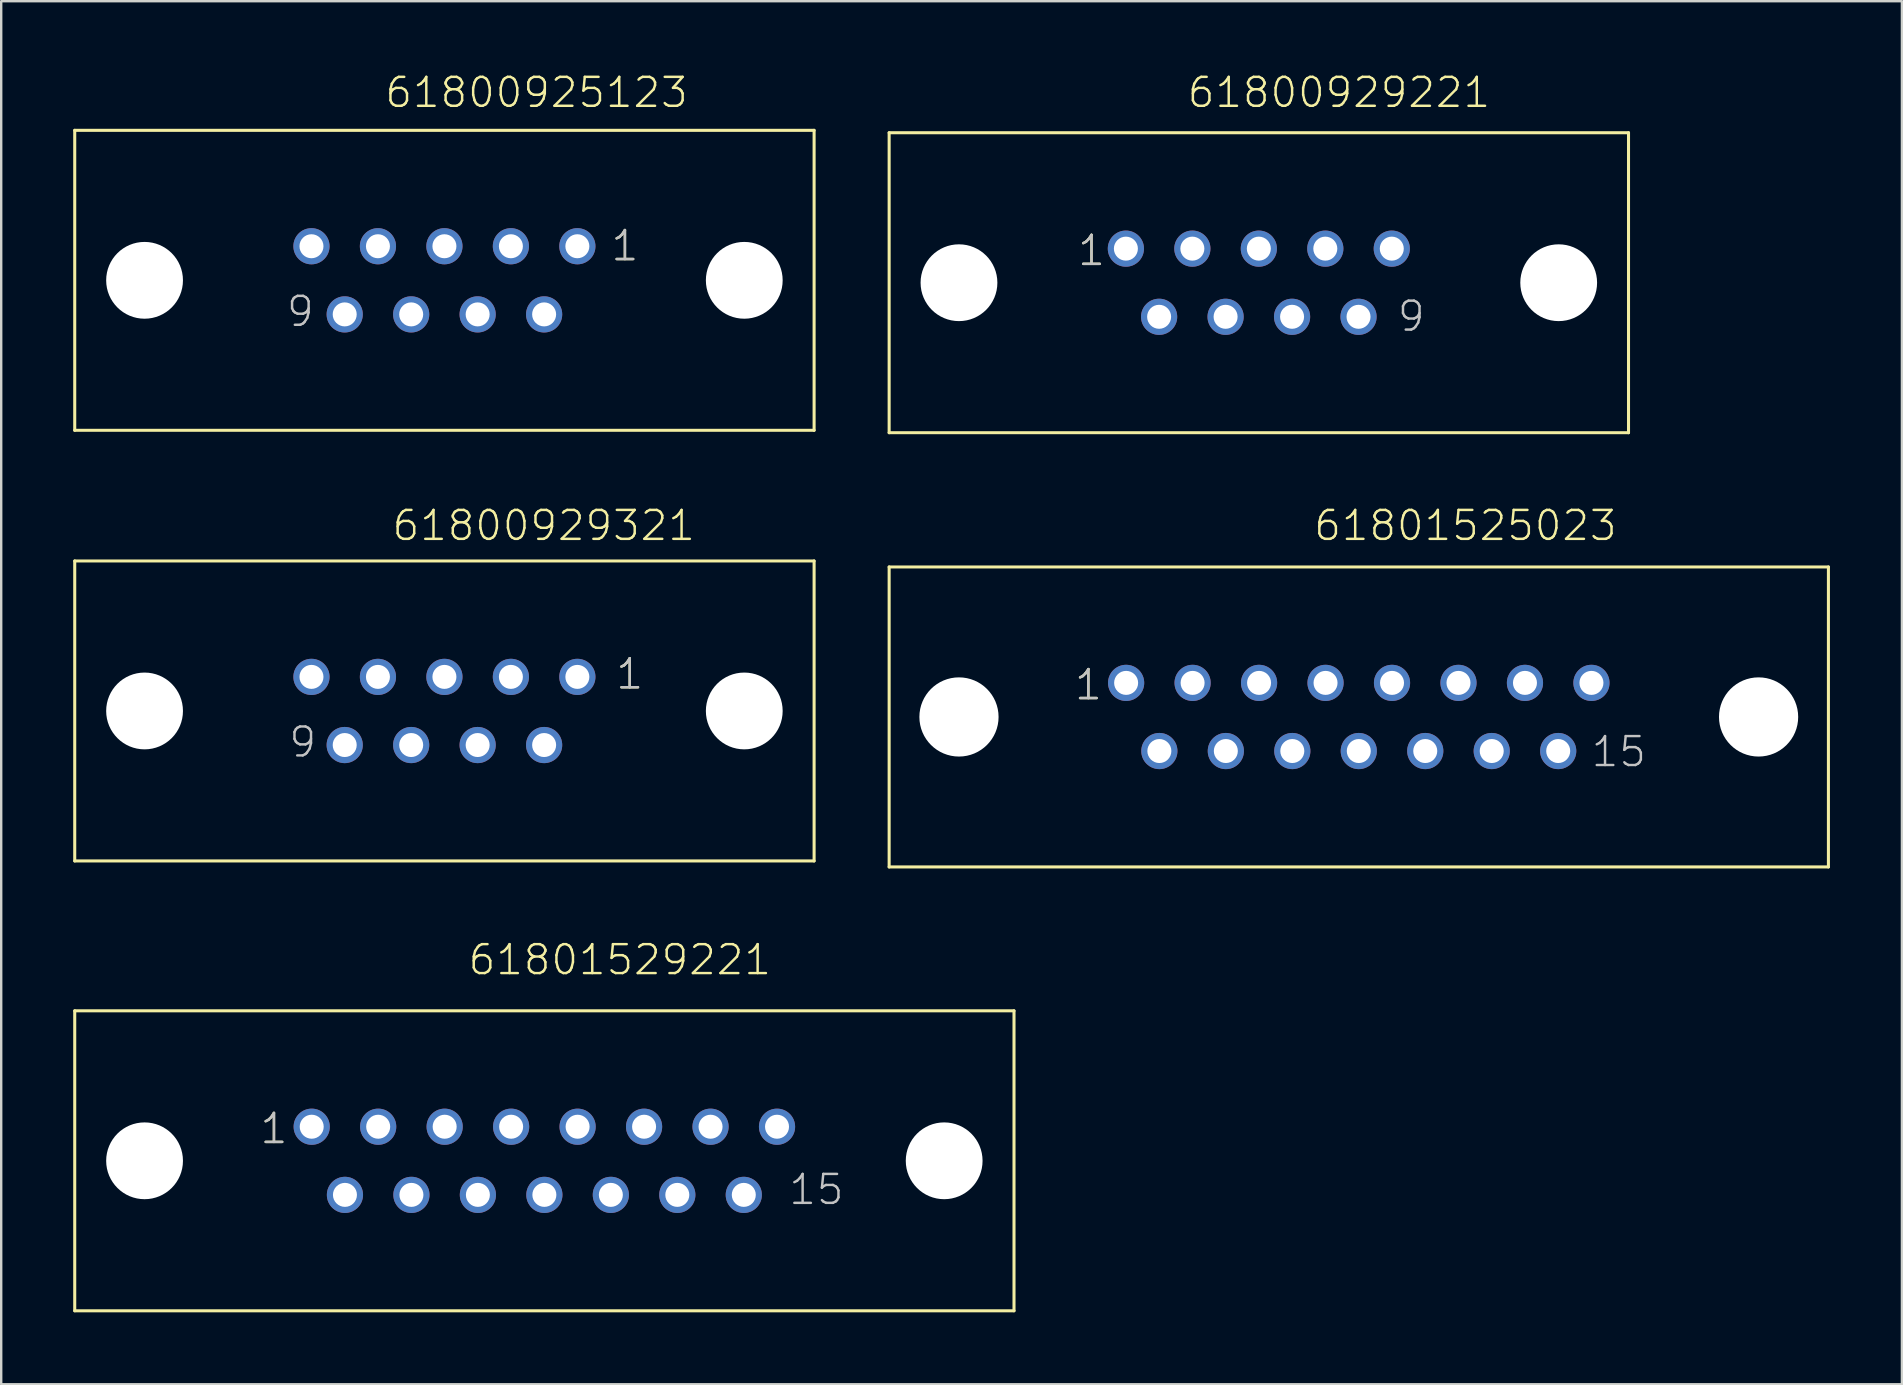
<source format=kicad_pcb>
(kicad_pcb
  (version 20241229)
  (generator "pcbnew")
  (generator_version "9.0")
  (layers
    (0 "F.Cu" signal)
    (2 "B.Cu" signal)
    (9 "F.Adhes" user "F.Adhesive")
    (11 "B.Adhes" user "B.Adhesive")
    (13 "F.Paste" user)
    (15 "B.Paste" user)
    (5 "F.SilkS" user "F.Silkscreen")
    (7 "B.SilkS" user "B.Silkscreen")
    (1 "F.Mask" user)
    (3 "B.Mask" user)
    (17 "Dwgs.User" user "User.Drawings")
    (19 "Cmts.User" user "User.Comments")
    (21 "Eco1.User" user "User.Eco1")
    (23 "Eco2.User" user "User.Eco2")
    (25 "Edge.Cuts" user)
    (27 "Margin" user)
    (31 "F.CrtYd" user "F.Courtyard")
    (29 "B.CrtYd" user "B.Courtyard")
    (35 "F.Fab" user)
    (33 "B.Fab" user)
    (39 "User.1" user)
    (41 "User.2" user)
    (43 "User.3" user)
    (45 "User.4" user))
  (footprint "61800929221"
    (layer "F.Cu")
    (at 49.406 8.731)
    (property "Reference" "61800929221" (at -3.045 -7.22 0) (layer "F.SilkS") (effects (font (size 1.206 1.206) (thickness 0.102)) (justify left bottom)))
    (attr through_hole)
    (fp_line (start -15.405 -6.25) (end 15.405 -6.25) (stroke (width 0.127) (type solid)) (layer "F.SilkS"))
    (fp_line (start -15.405 6.25) (end -15.405 -6.25) (stroke (width 0.127) (type solid)) (layer "F.SilkS"))
    (fp_line (start 15.405 -6.25) (end 15.405 6.25) (stroke (width 0.127) (type solid)) (layer "F.SilkS"))
    (fp_line (start 15.405 6.25) (end -15.405 6.25) (stroke (width 0.127) (type solid)) (layer "F.SilkS"))
    (fp_text user "1" (at -7.615 -0.635 0) (layer "F.SilkS") (effects (font (size 1.206 1.206) (thickness 0.102)) (justify left bottom)))
    (fp_text user "9" (at 5.71 2.105 0) (layer "Dwgs.User") (effects (font (size 1.206 1.206) (thickness 0.102)) (justify left bottom)))
    (fp_text user "1" (at -7.615 -0.635 0) (layer "Dwgs.User") (effects (font (size 1.206 1.206) (thickness 0.102)) (justify left bottom)))
    (pad "" np_thru_hole circle (at -12.495 0) (size 3.2 3.2) (drill 3.2) (layers "*.Cu"))
    (pad "" np_thru_hole circle (at 12.495 0) (size 3.2 3.2) (drill 3.2) (layers "*.Cu"))
    (pad "1" thru_hole circle (at -5.54 -1.42) (size 1.508 1.508) (drill 1) (layers "*.Cu" "*.Mask"))
    (pad "2" thru_hole circle (at -2.77 -1.42) (size 1.508 1.508) (drill 1) (layers "*.Cu" "*.Mask"))
    (pad "3" thru_hole circle (at 0 -1.42) (size 1.508 1.508) (drill 1) (layers "*.Cu" "*.Mask"))
    (pad "4" thru_hole circle (at 2.77 -1.42) (size 1.508 1.508) (drill 1) (layers "*.Cu" "*.Mask"))
    (pad "5" thru_hole circle (at 5.54 -1.42) (size 1.508 1.508) (drill 1) (layers "*.Cu" "*.Mask"))
    (pad "6" thru_hole circle (at -4.155 1.42) (size 1.508 1.508) (drill 1) (layers "*.Cu" "*.Mask"))
    (pad "7" thru_hole circle (at -1.385 1.42) (size 1.508 1.508) (drill 1) (layers "*.Cu" "*.Mask"))
    (pad "8" thru_hole circle (at 1.385 1.42) (size 1.508 1.508) (drill 1) (layers "*.Cu" "*.Mask"))
    (pad "9" thru_hole circle (at 4.155 1.42) (size 1.508 1.508) (drill 1) (layers "*.Cu" "*.Mask")))
  (footprint "61800925123"
    (layer "F.Cu")
    (at 15.469 8.631)
    (property "Reference" "61800925123" (at -2.545 -7.12 0) (layer "F.SilkS") (effects (font (size 1.206 1.206) (thickness 0.102)) (justify left bottom)))
    (attr through_hole)
    (fp_line (start -15.405 -6.25) (end 15.405 -6.25) (stroke (width 0.127) (type solid)) (layer "F.SilkS"))
    (fp_line (start -15.405 6.25) (end -15.405 -6.25) (stroke (width 0.127) (type solid)) (layer "F.SilkS"))
    (fp_line (start 15.405 -6.25) (end 15.405 6.25) (stroke (width 0.127) (type solid)) (layer "F.SilkS"))
    (fp_line (start 15.405 6.25) (end -15.405 6.25) (stroke (width 0.127) (type solid)) (layer "F.SilkS"))
    (fp_text user "1" (at 6.88 -0.735 0) (layer "F.SilkS") (effects (font (size 1.206 1.206) (thickness 0.102)) (justify left bottom)))
    (fp_text user "1" (at 6.88 -0.735 0) (layer "Dwgs.User") (effects (font (size 1.206 1.206) (thickness 0.102)) (justify left bottom)))
    (fp_text user "9" (at -6.645 2.005 0) (layer "Dwgs.User") (effects (font (size 1.206 1.206) (thickness 0.102)) (justify left bottom)))
    (pad "" np_thru_hole circle (at -12.495 0) (size 3.2 3.2) (drill 3.2) (layers "*.Cu"))
    (pad "" np_thru_hole circle (at 12.495 0) (size 3.2 3.2) (drill 3.2) (layers "*.Cu"))
    (pad "1" thru_hole circle (at 5.54 -1.42) (size 1.508 1.508) (drill 1) (layers "*.Cu" "*.Mask"))
    (pad "2" thru_hole circle (at 2.77 -1.42) (size 1.508 1.508) (drill 1) (layers "*.Cu" "*.Mask"))
    (pad "3" thru_hole circle (at 0 -1.42) (size 1.508 1.508) (drill 1) (layers "*.Cu" "*.Mask"))
    (pad "4" thru_hole circle (at -2.77 -1.42) (size 1.508 1.508) (drill 1) (layers "*.Cu" "*.Mask"))
    (pad "5" thru_hole circle (at -5.54 -1.42) (size 1.508 1.508) (drill 1) (layers "*.Cu" "*.Mask"))
    (pad "6" thru_hole circle (at 4.155 1.42) (size 1.508 1.508) (drill 1) (layers "*.Cu" "*.Mask"))
    (pad "7" thru_hole circle (at 1.385 1.42) (size 1.508 1.508) (drill 1) (layers "*.Cu" "*.Mask"))
    (pad "8" thru_hole circle (at -1.385 1.42) (size 1.508 1.508) (drill 1) (layers "*.Cu" "*.Mask"))
    (pad "9" thru_hole circle (at -4.155 1.42) (size 1.508 1.508) (drill 1) (layers "*.Cu" "*.Mask")))
  (footprint "61801529221"
    (layer "F.Cu")
    (at 19.634 45.321)
    (property "Reference" "61801529221" (at -3.24 -7.67 0) (layer "F.SilkS") (effects (font (size 1.206 1.206) (thickness 0.102)) (justify left bottom)))
    (attr through_hole)
    (fp_line (start -19.57 -6.25) (end 19.57 -6.25) (stroke (width 0.127) (type solid)) (layer "F.SilkS"))
    (fp_line (start -19.57 6.25) (end -19.57 -6.25) (stroke (width 0.127) (type solid)) (layer "F.SilkS"))
    (fp_line (start 19.57 -6.25) (end 19.57 6.25) (stroke (width 0.127) (type solid)) (layer "F.SilkS"))
    (fp_line (start 19.57 6.25) (end -19.57 6.25) (stroke (width 0.127) (type solid)) (layer "F.SilkS"))
    (fp_text user "1" (at -11.91 -0.635 0) (layer "F.SilkS") (effects (font (size 1.206 1.206) (thickness 0.102)) (justify left bottom)))
    (fp_text user "15" (at 10.12 1.905 0) (layer "Dwgs.User") (effects (font (size 1.206 1.206) (thickness 0.102)) (justify left bottom)))
    (fp_text user "1" (at -11.91 -0.635 0) (layer "Dwgs.User") (effects (font (size 1.206 1.206) (thickness 0.102)) (justify left bottom)))
    (pad "" np_thru_hole circle (at -16.66 0) (size 3.2 3.2) (drill 3.2) (layers "*.Cu"))
    (pad "" np_thru_hole circle (at 16.66 0) (size 3.2 3.2) (drill 3.2) (layers "*.Cu"))
    (pad "1" thru_hole circle (at -9.695 -1.42) (size 1.508 1.508) (drill 1) (layers "*.Cu" "*.Mask"))
    (pad "2" thru_hole circle (at -6.925 -1.42) (size 1.508 1.508) (drill 1) (layers "*.Cu" "*.Mask"))
    (pad "3" thru_hole circle (at -4.155 -1.42) (size 1.508 1.508) (drill 1) (layers "*.Cu" "*.Mask"))
    (pad "4" thru_hole circle (at -1.385 -1.42) (size 1.508 1.508) (drill 1) (layers "*.Cu" "*.Mask"))
    (pad "5" thru_hole circle (at 1.385 -1.42) (size 1.508 1.508) (drill 1) (layers "*.Cu" "*.Mask"))
    (pad "6" thru_hole circle (at 4.155 -1.42) (size 1.508 1.508) (drill 1) (layers "*.Cu" "*.Mask"))
    (pad "7" thru_hole circle (at 6.925 -1.42) (size 1.508 1.508) (drill 1) (layers "*.Cu" "*.Mask"))
    (pad "8" thru_hole circle (at 9.695 -1.42) (size 1.508 1.508) (drill 1) (layers "*.Cu" "*.Mask"))
    (pad "9" thru_hole circle (at -8.31 1.42) (size 1.508 1.508) (drill 1) (layers "*.Cu" "*.Mask"))
    (pad "10" thru_hole circle (at -5.54 1.42) (size 1.508 1.508) (drill 1) (layers "*.Cu" "*.Mask"))
    (pad "11" thru_hole circle (at -2.77 1.42) (size 1.508 1.508) (drill 1) (layers "*.Cu" "*.Mask"))
    (pad "12" thru_hole circle (at 0 1.42) (size 1.508 1.508) (drill 1) (layers "*.Cu" "*.Mask"))
    (pad "13" thru_hole circle (at 2.77 1.42) (size 1.508 1.508) (drill 1) (layers "*.Cu" "*.Mask"))
    (pad "14" thru_hole circle (at 5.54 1.42) (size 1.508 1.508) (drill 1) (layers "*.Cu" "*.Mask"))
    (pad "15" thru_hole circle (at 8.31 1.42) (size 1.508 1.508) (drill 1) (layers "*.Cu" "*.Mask")))
  (footprint "61800929321"
    (layer "F.Cu")
    (at 15.469 26.576)
    (property "Reference" "61800929321" (at -2.245 -7.02 0) (layer "F.SilkS") (effects (font (size 1.206 1.206) (thickness 0.102)) (justify left bottom)))
    (attr through_hole)
    (fp_line (start -15.405 -6.25) (end 15.405 -6.25) (stroke (width 0.127) (type solid)) (layer "F.SilkS"))
    (fp_line (start -15.405 6.25) (end -15.405 -6.25) (stroke (width 0.127) (type solid)) (layer "F.SilkS"))
    (fp_line (start 15.405 -6.25) (end 15.405 6.25) (stroke (width 0.127) (type solid)) (layer "F.SilkS"))
    (fp_line (start 15.405 6.25) (end -15.405 6.25) (stroke (width 0.127) (type solid)) (layer "F.SilkS"))
    (fp_text user "1" (at 7.08 -0.835 0) (layer "F.SilkS") (effects (font (size 1.206 1.206) (thickness 0.102)) (justify left bottom)))
    (fp_text user "9" (at -6.545 2.005 0) (layer "Dwgs.User") (effects (font (size 1.206 1.206) (thickness 0.102)) (justify left bottom)))
    (fp_text user "1" (at 7.08 -0.835 0) (layer "Dwgs.User") (effects (font (size 1.206 1.206) (thickness 0.102)) (justify left bottom)))
    (pad "" np_thru_hole circle (at -12.495 0) (size 3.2 3.2) (drill 3.2) (layers "*.Cu"))
    (pad "" np_thru_hole circle (at 12.495 0) (size 3.2 3.2) (drill 3.2) (layers "*.Cu"))
    (pad "1" thru_hole circle (at 5.54 -1.42) (size 1.508 1.508) (drill 1) (layers "*.Cu" "*.Mask"))
    (pad "2" thru_hole circle (at 2.77 -1.42) (size 1.508 1.508) (drill 1) (layers "*.Cu" "*.Mask"))
    (pad "3" thru_hole circle (at 0 -1.42) (size 1.508 1.508) (drill 1) (layers "*.Cu" "*.Mask"))
    (pad "4" thru_hole circle (at -2.77 -1.42) (size 1.508 1.508) (drill 1) (layers "*.Cu" "*.Mask"))
    (pad "5" thru_hole circle (at -5.54 -1.42) (size 1.508 1.508) (drill 1) (layers "*.Cu" "*.Mask"))
    (pad "6" thru_hole circle (at 4.155 1.42) (size 1.508 1.508) (drill 1) (layers "*.Cu" "*.Mask"))
    (pad "7" thru_hole circle (at 1.385 1.42) (size 1.508 1.508) (drill 1) (layers "*.Cu" "*.Mask"))
    (pad "8" thru_hole circle (at -1.385 1.42) (size 1.508 1.508) (drill 1) (layers "*.Cu" "*.Mask"))
    (pad "9" thru_hole circle (at -4.155 1.42) (size 1.508 1.508) (drill 1) (layers "*.Cu" "*.Mask")))
  (footprint "61801525023"
    (layer "F.Cu")
    (at 53.571 26.826)
    (property "Reference" "61801525023" (at -1.94 -7.27 0) (layer "F.SilkS") (effects (font (size 1.206 1.206) (thickness 0.102)) (justify left bottom)))
    (attr through_hole)
    (fp_line (start -19.57 -6.25) (end 19.57 -6.25) (stroke (width 0.127) (type solid)) (layer "F.SilkS"))
    (fp_line (start -19.57 6.25) (end -19.57 -6.25) (stroke (width 0.127) (type solid)) (layer "F.SilkS"))
    (fp_line (start 19.57 -6.25) (end 19.57 6.25) (stroke (width 0.127) (type solid)) (layer "F.SilkS"))
    (fp_line (start 19.57 6.25) (end -19.57 6.25) (stroke (width 0.127) (type solid)) (layer "F.SilkS"))
    (fp_text user "1" (at -11.91 -0.635 0) (layer "F.SilkS") (effects (font (size 1.206 1.206) (thickness 0.102)) (justify left bottom)))
    (fp_text user "15" (at 9.62 2.155 0) (layer "Dwgs.User") (effects (font (size 1.206 1.206) (thickness 0.102)) (justify left bottom)))
    (fp_text user "1" (at -11.91 -0.635 0) (layer "Dwgs.User") (effects (font (size 1.206 1.206) (thickness 0.102)) (justify left bottom)))
    (pad "" np_thru_hole circle (at -16.66 0) (size 3.3 3.3) (drill 3.3) (layers "*.Cu"))
    (pad "" np_thru_hole circle (at 16.66 0) (size 3.3 3.3) (drill 3.3) (layers "*.Cu"))
    (pad "1" thru_hole circle (at -9.695 -1.42) (size 1.508 1.508) (drill 1) (layers "*.Cu" "*.Mask"))
    (pad "2" thru_hole circle (at -6.925 -1.42) (size 1.508 1.508) (drill 1) (layers "*.Cu" "*.Mask"))
    (pad "3" thru_hole circle (at -4.155 -1.42) (size 1.508 1.508) (drill 1) (layers "*.Cu" "*.Mask"))
    (pad "4" thru_hole circle (at -1.385 -1.42) (size 1.508 1.508) (drill 1) (layers "*.Cu" "*.Mask"))
    (pad "5" thru_hole circle (at 1.385 -1.42) (size 1.508 1.508) (drill 1) (layers "*.Cu" "*.Mask"))
    (pad "6" thru_hole circle (at 4.155 -1.42) (size 1.508 1.508) (drill 1) (layers "*.Cu" "*.Mask"))
    (pad "7" thru_hole circle (at 6.925 -1.42) (size 1.508 1.508) (drill 1) (layers "*.Cu" "*.Mask"))
    (pad "8" thru_hole circle (at 9.695 -1.42) (size 1.508 1.508) (drill 1) (layers "*.Cu" "*.Mask"))
    (pad "9" thru_hole circle (at -8.31 1.42) (size 1.508 1.508) (drill 1) (layers "*.Cu" "*.Mask"))
    (pad "10" thru_hole circle (at -5.54 1.42) (size 1.508 1.508) (drill 1) (layers "*.Cu" "*.Mask"))
    (pad "11" thru_hole circle (at -2.77 1.42) (size 1.508 1.508) (drill 1) (layers "*.Cu" "*.Mask"))
    (pad "12" thru_hole circle (at 0 1.42) (size 1.508 1.508) (drill 1) (layers "*.Cu" "*.Mask"))
    (pad "13" thru_hole circle (at 2.77 1.42) (size 1.508 1.508) (drill 1) (layers "*.Cu" "*.Mask"))
    (pad "14" thru_hole circle (at 5.54 1.42) (size 1.508 1.508) (drill 1) (layers "*.Cu" "*.Mask"))
    (pad "15" thru_hole circle (at 8.31 1.42) (size 1.508 1.508) (drill 1) (layers "*.Cu" "*.Mask")))
  (gr_rect
    (start -3 -3)
    (end 76.204 54.634)
    (stroke (width 0.1) (type default))
    (fill no)
    (layer "Edge.Cuts")))
</source>
